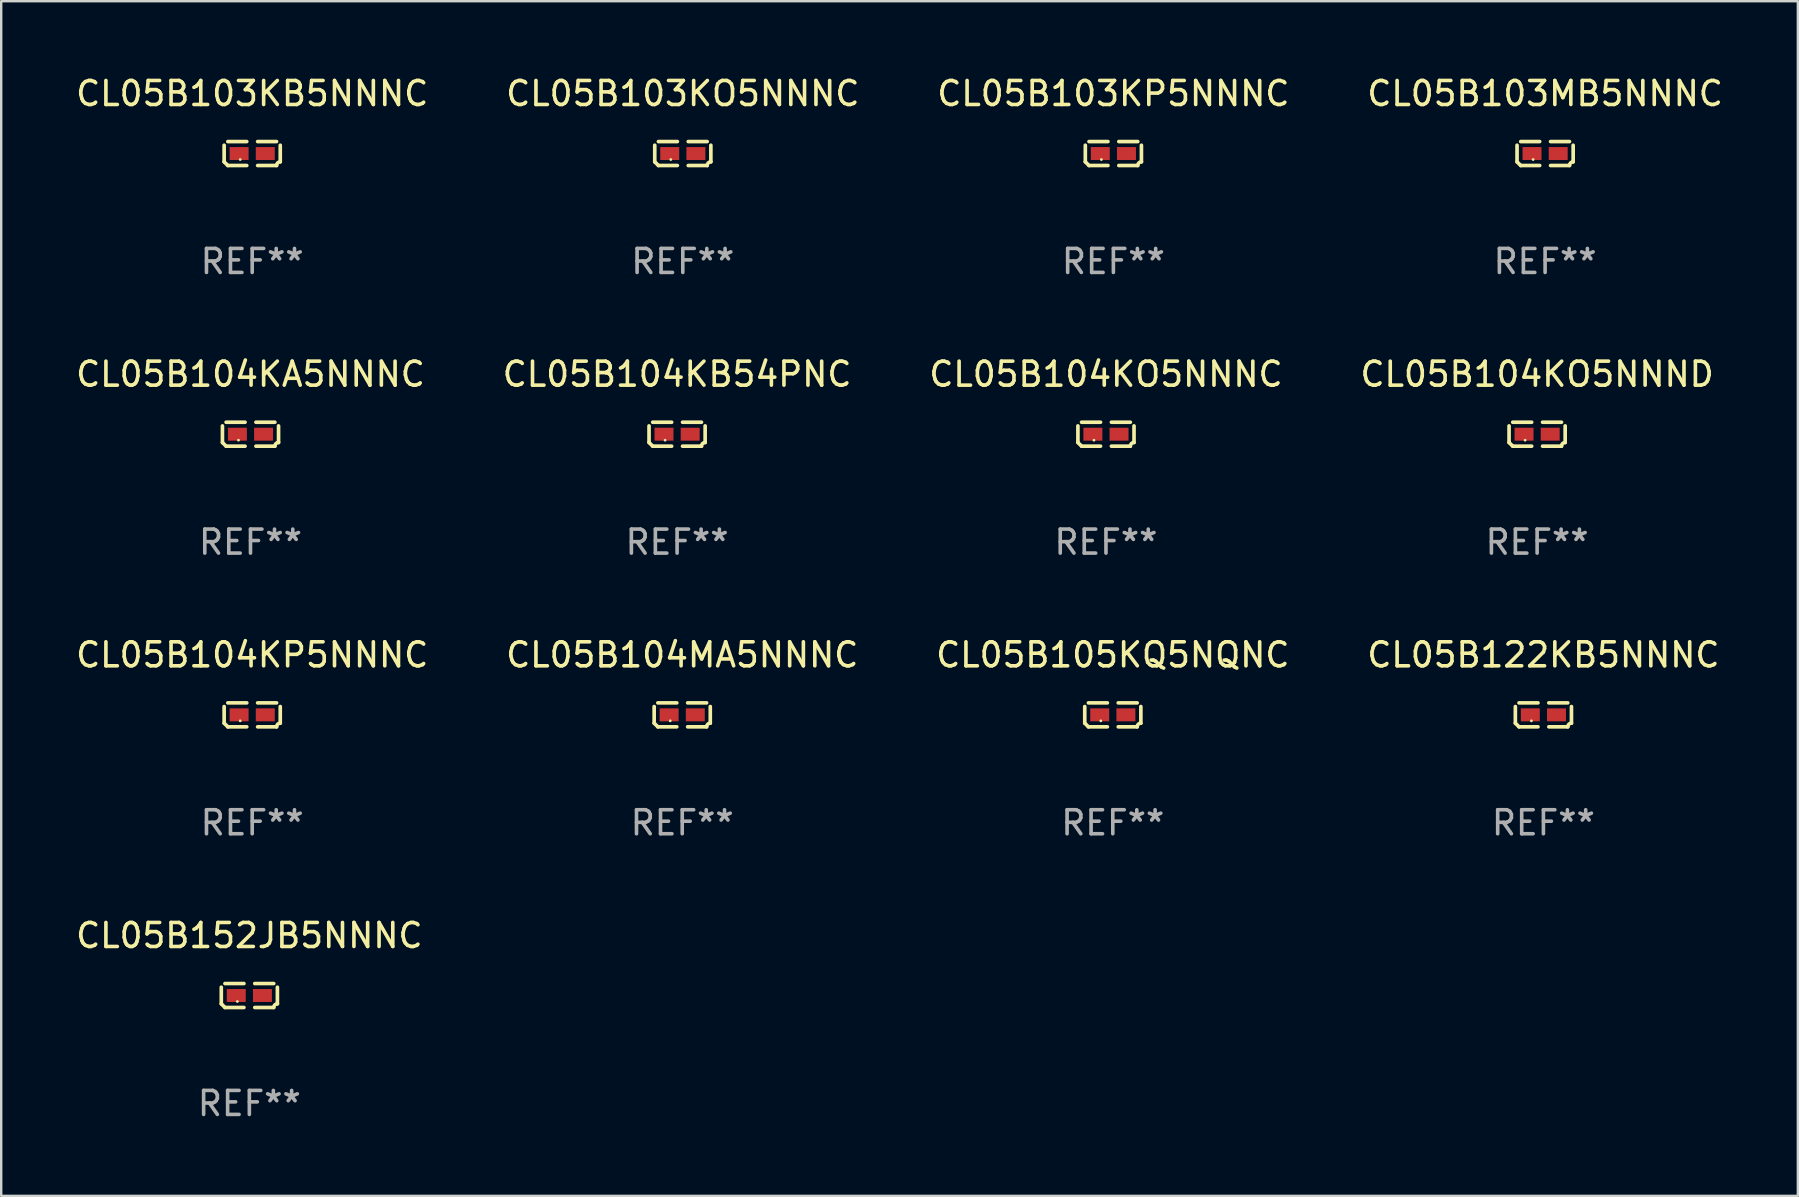
<source format=kicad_pcb>
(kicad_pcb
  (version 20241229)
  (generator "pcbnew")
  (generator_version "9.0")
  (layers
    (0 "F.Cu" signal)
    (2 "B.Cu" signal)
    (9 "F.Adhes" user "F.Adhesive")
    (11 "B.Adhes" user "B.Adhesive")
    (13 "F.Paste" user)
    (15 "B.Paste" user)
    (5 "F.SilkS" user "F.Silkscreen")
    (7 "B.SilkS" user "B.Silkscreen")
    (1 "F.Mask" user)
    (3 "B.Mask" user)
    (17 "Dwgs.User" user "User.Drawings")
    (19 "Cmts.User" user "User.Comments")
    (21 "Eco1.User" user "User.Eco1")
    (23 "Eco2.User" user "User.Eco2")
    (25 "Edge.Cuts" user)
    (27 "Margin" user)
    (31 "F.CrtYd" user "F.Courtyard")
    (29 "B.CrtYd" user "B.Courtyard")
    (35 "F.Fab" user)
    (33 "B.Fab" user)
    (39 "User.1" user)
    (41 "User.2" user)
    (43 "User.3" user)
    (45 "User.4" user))
  (footprint "CL05B104KO5NNNC"
    (layer "F.Cu")
    (at 43.03 15.041)
    (property "Reference" "CL05B104KO5NNNC" (at 0 -2.499 0) (layer "F.SilkS") (effects (font (size 1 1) (thickness 0.15))))
    (attr through_hole)
    (fp_line (start -1.169 0.346) (end -1.169 -0.346) (stroke (width 0.152) (type solid)) (layer "F.SilkS"))
    (fp_line (start -1.016 -0.499) (end -0.226 -0.499) (stroke (width 0.152) (type solid)) (layer "F.SilkS"))
    (fp_line (start -0.226 0.499) (end -1.016 0.499) (stroke (width 0.152) (type solid)) (layer "F.SilkS"))
    (fp_line (start 0.226 0.499) (end 1.016 0.499) (stroke (width 0.152) (type solid)) (layer "F.SilkS"))
    (fp_line (start 1.016 -0.499) (end 0.226 -0.499) (stroke (width 0.152) (type solid)) (layer "F.SilkS"))
    (fp_line (start 1.169 0.346) (end 1.169 -0.346) (stroke (width 0.152) (type solid)) (layer "F.SilkS"))
    (fp_arc (start -1.016307 0.498603) (mid -1.092512 0.422405) (end -1.16871 0.3462) (stroke (width 0.1524) (type solid)) (layer "F.SilkS"))
    (fp_arc (start 1.016307 0.498603) (mid 1.060899 0.390758) (end 1.168707 0.346076) (stroke (width 0.1524) (type solid)) (layer "F.SilkS"))
    (fp_circle (center -0.5 0.25) (end -0.47 0.25) (stroke (width 0.06) (type solid)) (fill no) (layer "F.SilkS"))
    (fp_text user "REF**" (at 0 4.499 0) (layer "F.Fab") (effects (font (size 1 1) (thickness 0.15))))
    (pad "1" smd rect (at -0.545 0) (size 0.79 0.54) (layers "F.Cu" "F.Mask" "F.Paste"))
    (pad "2" smd rect (at 0.545 0) (size 0.79 0.54) (layers "F.Cu" "F.Mask" "F.Paste")))
  (footprint "CL05B105KQ5NQNC"
    (layer "F.Cu")
    (at 43.315 26.734)
    (property "Reference" "CL05B105KQ5NQNC" (at 0 -2.499 0) (layer "F.SilkS") (effects (font (size 1 1) (thickness 0.15))))
    (attr through_hole)
    (fp_line (start -1.169 0.346) (end -1.169 -0.346) (stroke (width 0.152) (type solid)) (layer "F.SilkS"))
    (fp_line (start -1.016 -0.499) (end -0.226 -0.499) (stroke (width 0.152) (type solid)) (layer "F.SilkS"))
    (fp_line (start -0.226 0.499) (end -1.016 0.499) (stroke (width 0.152) (type solid)) (layer "F.SilkS"))
    (fp_line (start 0.226 0.499) (end 1.016 0.499) (stroke (width 0.152) (type solid)) (layer "F.SilkS"))
    (fp_line (start 1.016 -0.499) (end 0.226 -0.499) (stroke (width 0.152) (type solid)) (layer "F.SilkS"))
    (fp_line (start 1.169 0.346) (end 1.169 -0.346) (stroke (width 0.152) (type solid)) (layer "F.SilkS"))
    (fp_arc (start -1.016307 0.498603) (mid -1.092512 0.422405) (end -1.16871 0.3462) (stroke (width 0.1524) (type solid)) (layer "F.SilkS"))
    (fp_arc (start 1.016307 0.498603) (mid 1.060899 0.390758) (end 1.168707 0.346076) (stroke (width 0.1524) (type solid)) (layer "F.SilkS"))
    (fp_circle (center -0.5 0.25) (end -0.47 0.25) (stroke (width 0.06) (type solid)) (fill no) (layer "F.SilkS"))
    (fp_text user "REF**" (at 0 4.499 0) (layer "F.Fab") (effects (font (size 1 1) (thickness 0.15))))
    (pad "1" smd rect (at -0.545 0) (size 0.79 0.54) (layers "F.Cu" "F.Mask" "F.Paste"))
    (pad "2" smd rect (at 0.545 0) (size 0.79 0.54) (layers "F.Cu" "F.Mask" "F.Paste")))
  (footprint "CL05B104MA5NNNC"
    (layer "F.Cu")
    (at 25.375 26.734)
    (property "Reference" "CL05B104MA5NNNC" (at 0 -2.499 0) (layer "F.SilkS") (effects (font (size 1 1) (thickness 0.15))))
    (attr through_hole)
    (fp_line (start -1.169 0.346) (end -1.169 -0.346) (stroke (width 0.152) (type solid)) (layer "F.SilkS"))
    (fp_line (start -1.016 -0.499) (end -0.226 -0.499) (stroke (width 0.152) (type solid)) (layer "F.SilkS"))
    (fp_line (start -0.226 0.499) (end -1.016 0.499) (stroke (width 0.152) (type solid)) (layer "F.SilkS"))
    (fp_line (start 0.226 0.499) (end 1.016 0.499) (stroke (width 0.152) (type solid)) (layer "F.SilkS"))
    (fp_line (start 1.016 -0.499) (end 0.226 -0.499) (stroke (width 0.152) (type solid)) (layer "F.SilkS"))
    (fp_line (start 1.169 0.346) (end 1.169 -0.346) (stroke (width 0.152) (type solid)) (layer "F.SilkS"))
    (fp_arc (start -1.016307 0.498603) (mid -1.092512 0.422405) (end -1.16871 0.3462) (stroke (width 0.1524) (type solid)) (layer "F.SilkS"))
    (fp_arc (start 1.016307 0.498603) (mid 1.060899 0.390758) (end 1.168707 0.346076) (stroke (width 0.1524) (type solid)) (layer "F.SilkS"))
    (fp_circle (center -0.5 0.25) (end -0.47 0.25) (stroke (width 0.06) (type solid)) (fill no) (layer "F.SilkS"))
    (fp_text user "REF**" (at 0 4.499 0) (layer "F.Fab") (effects (font (size 1 1) (thickness 0.15))))
    (pad "1" smd rect (at -0.545 0) (size 0.79 0.54) (layers "F.Cu" "F.Mask" "F.Paste"))
    (pad "2" smd rect (at 0.545 0) (size 0.79 0.54) (layers "F.Cu" "F.Mask" "F.Paste")))
  (footprint "CL05B104KP5NNNC"
    (layer "F.Cu")
    (at 7.458 26.734)
    (property "Reference" "CL05B104KP5NNNC" (at 0 -2.499 0) (layer "F.SilkS") (effects (font (size 1 1) (thickness 0.15))))
    (attr through_hole)
    (fp_line (start -1.169 0.346) (end -1.169 -0.346) (stroke (width 0.152) (type solid)) (layer "F.SilkS"))
    (fp_line (start -1.016 -0.499) (end -0.226 -0.499) (stroke (width 0.152) (type solid)) (layer "F.SilkS"))
    (fp_line (start -0.226 0.499) (end -1.016 0.499) (stroke (width 0.152) (type solid)) (layer "F.SilkS"))
    (fp_line (start 0.226 0.499) (end 1.016 0.499) (stroke (width 0.152) (type solid)) (layer "F.SilkS"))
    (fp_line (start 1.016 -0.499) (end 0.226 -0.499) (stroke (width 0.152) (type solid)) (layer "F.SilkS"))
    (fp_line (start 1.169 0.346) (end 1.169 -0.346) (stroke (width 0.152) (type solid)) (layer "F.SilkS"))
    (fp_arc (start -1.016307 0.498603) (mid -1.092512 0.422405) (end -1.16871 0.3462) (stroke (width 0.1524) (type solid)) (layer "F.SilkS"))
    (fp_arc (start 1.016307 0.498603) (mid 1.060899 0.390758) (end 1.168707 0.346076) (stroke (width 0.1524) (type solid)) (layer "F.SilkS"))
    (fp_circle (center -0.5 0.25) (end -0.47 0.25) (stroke (width 0.06) (type solid)) (fill no) (layer "F.SilkS"))
    (fp_text user "REF**" (at 0 4.499 0) (layer "F.Fab") (effects (font (size 1 1) (thickness 0.15))))
    (pad "1" smd rect (at -0.545 0) (size 0.79 0.54) (layers "F.Cu" "F.Mask" "F.Paste"))
    (pad "2" smd rect (at 0.545 0) (size 0.79 0.54) (layers "F.Cu" "F.Mask" "F.Paste")))
  (footprint "CL05B152JB5NNNC"
    (layer "F.Cu")
    (at 7.339 38.428)
    (property "Reference" "CL05B152JB5NNNC" (at 0 -2.499 0) (layer "F.SilkS") (effects (font (size 1 1) (thickness 0.15))))
    (attr through_hole)
    (fp_line (start -1.169 0.346) (end -1.169 -0.346) (stroke (width 0.152) (type solid)) (layer "F.SilkS"))
    (fp_line (start -1.016 -0.499) (end -0.226 -0.499) (stroke (width 0.152) (type solid)) (layer "F.SilkS"))
    (fp_line (start -0.226 0.499) (end -1.016 0.499) (stroke (width 0.152) (type solid)) (layer "F.SilkS"))
    (fp_line (start 0.226 0.499) (end 1.016 0.499) (stroke (width 0.152) (type solid)) (layer "F.SilkS"))
    (fp_line (start 1.016 -0.499) (end 0.226 -0.499) (stroke (width 0.152) (type solid)) (layer "F.SilkS"))
    (fp_line (start 1.169 0.346) (end 1.169 -0.346) (stroke (width 0.152) (type solid)) (layer "F.SilkS"))
    (fp_arc (start -1.016307 0.498603) (mid -1.092512 0.422405) (end -1.16871 0.3462) (stroke (width 0.1524) (type solid)) (layer "F.SilkS"))
    (fp_arc (start 1.016307 0.498603) (mid 1.060899 0.390758) (end 1.168707 0.346076) (stroke (width 0.1524) (type solid)) (layer "F.SilkS"))
    (fp_circle (center -0.5 0.25) (end -0.47 0.25) (stroke (width 0.06) (type solid)) (fill no) (layer "F.SilkS"))
    (fp_text user "REF**" (at 0 4.499 0) (layer "F.Fab") (effects (font (size 1 1) (thickness 0.15))))
    (pad "1" smd rect (at -0.545 0) (size 0.79 0.54) (layers "F.Cu" "F.Mask" "F.Paste"))
    (pad "2" smd rect (at 0.545 0) (size 0.79 0.54) (layers "F.Cu" "F.Mask" "F.Paste")))
  (footprint "CL05B122KB5NNNC"
    (layer "F.Cu")
    (at 61.256 26.734)
    (property "Reference" "CL05B122KB5NNNC" (at 0 -2.499 0) (layer "F.SilkS") (effects (font (size 1 1) (thickness 0.15))))
    (attr through_hole)
    (fp_line (start -1.169 0.346) (end -1.169 -0.346) (stroke (width 0.152) (type solid)) (layer "F.SilkS"))
    (fp_line (start -1.016 -0.499) (end -0.226 -0.499) (stroke (width 0.152) (type solid)) (layer "F.SilkS"))
    (fp_line (start -0.226 0.499) (end -1.016 0.499) (stroke (width 0.152) (type solid)) (layer "F.SilkS"))
    (fp_line (start 0.226 0.499) (end 1.016 0.499) (stroke (width 0.152) (type solid)) (layer "F.SilkS"))
    (fp_line (start 1.016 -0.499) (end 0.226 -0.499) (stroke (width 0.152) (type solid)) (layer "F.SilkS"))
    (fp_line (start 1.169 0.346) (end 1.169 -0.346) (stroke (width 0.152) (type solid)) (layer "F.SilkS"))
    (fp_arc (start -1.016307 0.498603) (mid -1.092512 0.422405) (end -1.16871 0.3462) (stroke (width 0.1524) (type solid)) (layer "F.SilkS"))
    (fp_arc (start 1.016307 0.498603) (mid 1.060899 0.390758) (end 1.168707 0.346076) (stroke (width 0.1524) (type solid)) (layer "F.SilkS"))
    (fp_circle (center -0.5 0.25) (end -0.47 0.25) (stroke (width 0.06) (type solid)) (fill no) (layer "F.SilkS"))
    (fp_text user "REF**" (at 0 4.499 0) (layer "F.Fab") (effects (font (size 1 1) (thickness 0.15))))
    (pad "1" smd rect (at -0.545 0) (size 0.79 0.54) (layers "F.Cu" "F.Mask" "F.Paste"))
    (pad "2" smd rect (at 0.545 0) (size 0.79 0.54) (layers "F.Cu" "F.Mask" "F.Paste")))
  (footprint "CL05B103KB5NNNC"
    (layer "F.Cu")
    (at 7.458 3.347)
    (property "Reference" "CL05B103KB5NNNC" (at 0 -2.499 0) (layer "F.SilkS") (effects (font (size 1 1) (thickness 0.15))))
    (attr through_hole)
    (fp_line (start -1.169 0.346) (end -1.169 -0.346) (stroke (width 0.152) (type solid)) (layer "F.SilkS"))
    (fp_line (start -1.016 -0.499) (end -0.226 -0.499) (stroke (width 0.152) (type solid)) (layer "F.SilkS"))
    (fp_line (start -0.226 0.499) (end -1.016 0.499) (stroke (width 0.152) (type solid)) (layer "F.SilkS"))
    (fp_line (start 0.226 0.499) (end 1.016 0.499) (stroke (width 0.152) (type solid)) (layer "F.SilkS"))
    (fp_line (start 1.016 -0.499) (end 0.226 -0.499) (stroke (width 0.152) (type solid)) (layer "F.SilkS"))
    (fp_line (start 1.169 0.346) (end 1.169 -0.346) (stroke (width 0.152) (type solid)) (layer "F.SilkS"))
    (fp_arc (start -1.016307 0.498603) (mid -1.092512 0.422405) (end -1.16871 0.3462) (stroke (width 0.1524) (type solid)) (layer "F.SilkS"))
    (fp_arc (start 1.016307 0.498603) (mid 1.060899 0.390758) (end 1.168707 0.346076) (stroke (width 0.1524) (type solid)) (layer "F.SilkS"))
    (fp_circle (center -0.5 0.25) (end -0.47 0.25) (stroke (width 0.06) (type solid)) (fill no) (layer "F.SilkS"))
    (fp_text user "REF**" (at 0 4.499 0) (layer "F.Fab") (effects (font (size 1 1) (thickness 0.15))))
    (pad "1" smd rect (at -0.545 0) (size 0.79 0.54) (layers "F.Cu" "F.Mask" "F.Paste"))
    (pad "2" smd rect (at 0.545 0) (size 0.79 0.54) (layers "F.Cu" "F.Mask" "F.Paste")))
  (footprint "CL05B103KO5NNNC"
    (layer "F.Cu")
    (at 25.399 3.347)
    (property "Reference" "CL05B103KO5NNNC" (at 0 -2.499 0) (layer "F.SilkS") (effects (font (size 1 1) (thickness 0.15))))
    (attr through_hole)
    (fp_line (start -1.169 0.346) (end -1.169 -0.346) (stroke (width 0.152) (type solid)) (layer "F.SilkS"))
    (fp_line (start -1.016 -0.499) (end -0.226 -0.499) (stroke (width 0.152) (type solid)) (layer "F.SilkS"))
    (fp_line (start -0.226 0.499) (end -1.016 0.499) (stroke (width 0.152) (type solid)) (layer "F.SilkS"))
    (fp_line (start 0.226 0.499) (end 1.016 0.499) (stroke (width 0.152) (type solid)) (layer "F.SilkS"))
    (fp_line (start 1.016 -0.499) (end 0.226 -0.499) (stroke (width 0.152) (type solid)) (layer "F.SilkS"))
    (fp_line (start 1.169 0.346) (end 1.169 -0.346) (stroke (width 0.152) (type solid)) (layer "F.SilkS"))
    (fp_arc (start -1.016307 0.498603) (mid -1.092512 0.422405) (end -1.16871 0.3462) (stroke (width 0.1524) (type solid)) (layer "F.SilkS"))
    (fp_arc (start 1.016307 0.498603) (mid 1.060899 0.390758) (end 1.168707 0.346076) (stroke (width 0.1524) (type solid)) (layer "F.SilkS"))
    (fp_circle (center -0.5 0.25) (end -0.47 0.25) (stroke (width 0.06) (type solid)) (fill no) (layer "F.SilkS"))
    (fp_text user "REF**" (at 0 4.499 0) (layer "F.Fab") (effects (font (size 1 1) (thickness 0.15))))
    (pad "1" smd rect (at -0.545 0) (size 0.79 0.54) (layers "F.Cu" "F.Mask" "F.Paste"))
    (pad "2" smd rect (at 0.545 0) (size 0.79 0.54) (layers "F.Cu" "F.Mask" "F.Paste")))
  (footprint "CL05B103MB5NNNC"
    (layer "F.Cu")
    (at 61.327 3.347)
    (property "Reference" "CL05B103MB5NNNC" (at 0 -2.499 0) (layer "F.SilkS") (effects (font (size 1 1) (thickness 0.15))))
    (attr through_hole)
    (fp_line (start -1.169 0.346) (end -1.169 -0.346) (stroke (width 0.152) (type solid)) (layer "F.SilkS"))
    (fp_line (start -1.016 -0.499) (end -0.226 -0.499) (stroke (width 0.152) (type solid)) (layer "F.SilkS"))
    (fp_line (start -0.226 0.499) (end -1.016 0.499) (stroke (width 0.152) (type solid)) (layer "F.SilkS"))
    (fp_line (start 0.226 0.499) (end 1.016 0.499) (stroke (width 0.152) (type solid)) (layer "F.SilkS"))
    (fp_line (start 1.016 -0.499) (end 0.226 -0.499) (stroke (width 0.152) (type solid)) (layer "F.SilkS"))
    (fp_line (start 1.169 0.346) (end 1.169 -0.346) (stroke (width 0.152) (type solid)) (layer "F.SilkS"))
    (fp_arc (start -1.016307 0.498603) (mid -1.092512 0.422405) (end -1.16871 0.3462) (stroke (width 0.1524) (type solid)) (layer "F.SilkS"))
    (fp_arc (start 1.016307 0.498603) (mid 1.060899 0.390758) (end 1.168707 0.346076) (stroke (width 0.1524) (type solid)) (layer "F.SilkS"))
    (fp_circle (center -0.5 0.25) (end -0.47 0.25) (stroke (width 0.06) (type solid)) (fill no) (layer "F.SilkS"))
    (fp_text user "REF**" (at 0 4.499 0) (layer "F.Fab") (effects (font (size 1 1) (thickness 0.15))))
    (pad "1" smd rect (at -0.545 0) (size 0.79 0.54) (layers "F.Cu" "F.Mask" "F.Paste"))
    (pad "2" smd rect (at 0.545 0) (size 0.79 0.54) (layers "F.Cu" "F.Mask" "F.Paste")))
  (footprint "CL05B104KB54PNC"
    (layer "F.Cu")
    (at 25.161 15.041)
    (property "Reference" "CL05B104KB54PNC" (at 0 -2.499 0) (layer "F.SilkS") (effects (font (size 1 1) (thickness 0.15))))
    (attr through_hole)
    (fp_line (start -1.169 0.346) (end -1.169 -0.346) (stroke (width 0.152) (type solid)) (layer "F.SilkS"))
    (fp_line (start -1.016 -0.499) (end -0.226 -0.499) (stroke (width 0.152) (type solid)) (layer "F.SilkS"))
    (fp_line (start -0.226 0.499) (end -1.016 0.499) (stroke (width 0.152) (type solid)) (layer "F.SilkS"))
    (fp_line (start 0.226 0.499) (end 1.016 0.499) (stroke (width 0.152) (type solid)) (layer "F.SilkS"))
    (fp_line (start 1.016 -0.499) (end 0.226 -0.499) (stroke (width 0.152) (type solid)) (layer "F.SilkS"))
    (fp_line (start 1.169 0.346) (end 1.169 -0.346) (stroke (width 0.152) (type solid)) (layer "F.SilkS"))
    (fp_arc (start -1.016307 0.498603) (mid -1.092512 0.422405) (end -1.16871 0.3462) (stroke (width 0.1524) (type solid)) (layer "F.SilkS"))
    (fp_arc (start 1.016307 0.498603) (mid 1.060899 0.390758) (end 1.168707 0.346076) (stroke (width 0.1524) (type solid)) (layer "F.SilkS"))
    (fp_circle (center -0.5 0.25) (end -0.47 0.25) (stroke (width 0.06) (type solid)) (fill no) (layer "F.SilkS"))
    (fp_text user "REF**" (at 0 4.499 0) (layer "F.Fab") (effects (font (size 1 1) (thickness 0.15))))
    (pad "1" smd rect (at -0.545 0) (size 0.79 0.54) (layers "F.Cu" "F.Mask" "F.Paste"))
    (pad "2" smd rect (at 0.545 0) (size 0.79 0.54) (layers "F.Cu" "F.Mask" "F.Paste")))
  (footprint "CL05B103KP5NNNC"
    (layer "F.Cu")
    (at 43.339 3.347)
    (property "Reference" "CL05B103KP5NNNC" (at 0 -2.499 0) (layer "F.SilkS") (effects (font (size 1 1) (thickness 0.15))))
    (attr through_hole)
    (fp_line (start -1.169 0.346) (end -1.169 -0.346) (stroke (width 0.152) (type solid)) (layer "F.SilkS"))
    (fp_line (start -1.016 -0.499) (end -0.226 -0.499) (stroke (width 0.152) (type solid)) (layer "F.SilkS"))
    (fp_line (start -0.226 0.499) (end -1.016 0.499) (stroke (width 0.152) (type solid)) (layer "F.SilkS"))
    (fp_line (start 0.226 0.499) (end 1.016 0.499) (stroke (width 0.152) (type solid)) (layer "F.SilkS"))
    (fp_line (start 1.016 -0.499) (end 0.226 -0.499) (stroke (width 0.152) (type solid)) (layer "F.SilkS"))
    (fp_line (start 1.169 0.346) (end 1.169 -0.346) (stroke (width 0.152) (type solid)) (layer "F.SilkS"))
    (fp_arc (start -1.016307 0.498603) (mid -1.092512 0.422405) (end -1.16871 0.3462) (stroke (width 0.1524) (type solid)) (layer "F.SilkS"))
    (fp_arc (start 1.016307 0.498603) (mid 1.060899 0.390758) (end 1.168707 0.346076) (stroke (width 0.1524) (type solid)) (layer "F.SilkS"))
    (fp_circle (center -0.5 0.25) (end -0.47 0.25) (stroke (width 0.06) (type solid)) (fill no) (layer "F.SilkS"))
    (fp_text user "REF**" (at 0 4.499 0) (layer "F.Fab") (effects (font (size 1 1) (thickness 0.15))))
    (pad "1" smd rect (at -0.545 0) (size 0.79 0.54) (layers "F.Cu" "F.Mask" "F.Paste"))
    (pad "2" smd rect (at 0.545 0) (size 0.79 0.54) (layers "F.Cu" "F.Mask" "F.Paste")))
  (footprint "CL05B104KO5NNND"
    (layer "F.Cu")
    (at 60.994 15.041)
    (property "Reference" "CL05B104KO5NNND" (at 0 -2.499 0) (layer "F.SilkS") (effects (font (size 1 1) (thickness 0.15))))
    (attr through_hole)
    (fp_line (start -1.169 0.346) (end -1.169 -0.346) (stroke (width 0.152) (type solid)) (layer "F.SilkS"))
    (fp_line (start -1.016 -0.499) (end -0.226 -0.499) (stroke (width 0.152) (type solid)) (layer "F.SilkS"))
    (fp_line (start -0.226 0.499) (end -1.016 0.499) (stroke (width 0.152) (type solid)) (layer "F.SilkS"))
    (fp_line (start 0.226 0.499) (end 1.016 0.499) (stroke (width 0.152) (type solid)) (layer "F.SilkS"))
    (fp_line (start 1.016 -0.499) (end 0.226 -0.499) (stroke (width 0.152) (type solid)) (layer "F.SilkS"))
    (fp_line (start 1.169 0.346) (end 1.169 -0.346) (stroke (width 0.152) (type solid)) (layer "F.SilkS"))
    (fp_arc (start -1.016307 0.498603) (mid -1.092512 0.422405) (end -1.16871 0.3462) (stroke (width 0.1524) (type solid)) (layer "F.SilkS"))
    (fp_arc (start 1.016307 0.498603) (mid 1.060899 0.390758) (end 1.168707 0.346076) (stroke (width 0.1524) (type solid)) (layer "F.SilkS"))
    (fp_circle (center -0.5 0.25) (end -0.47 0.25) (stroke (width 0.06) (type solid)) (fill no) (layer "F.SilkS"))
    (fp_text user "REF**" (at 0 4.499 0) (layer "F.Fab") (effects (font (size 1 1) (thickness 0.15))))
    (pad "1" smd rect (at -0.545 0) (size 0.79 0.54) (layers "F.Cu" "F.Mask" "F.Paste"))
    (pad "2" smd rect (at 0.545 0) (size 0.79 0.54) (layers "F.Cu" "F.Mask" "F.Paste")))
  (footprint "CL05B104KA5NNNC"
    (layer "F.Cu")
    (at 7.387 15.041)
    (property "Reference" "CL05B104KA5NNNC" (at 0 -2.499 0) (layer "F.SilkS") (effects (font (size 1 1) (thickness 0.15))))
    (attr through_hole)
    (fp_line (start -1.169 0.346) (end -1.169 -0.346) (stroke (width 0.152) (type solid)) (layer "F.SilkS"))
    (fp_line (start -1.016 -0.499) (end -0.226 -0.499) (stroke (width 0.152) (type solid)) (layer "F.SilkS"))
    (fp_line (start -0.226 0.499) (end -1.016 0.499) (stroke (width 0.152) (type solid)) (layer "F.SilkS"))
    (fp_line (start 0.226 0.499) (end 1.016 0.499) (stroke (width 0.152) (type solid)) (layer "F.SilkS"))
    (fp_line (start 1.016 -0.499) (end 0.226 -0.499) (stroke (width 0.152) (type solid)) (layer "F.SilkS"))
    (fp_line (start 1.169 0.346) (end 1.169 -0.346) (stroke (width 0.152) (type solid)) (layer "F.SilkS"))
    (fp_arc (start -1.016307 0.498603) (mid -1.092512 0.422405) (end -1.16871 0.3462) (stroke (width 0.1524) (type solid)) (layer "F.SilkS"))
    (fp_arc (start 1.016307 0.498603) (mid 1.060899 0.390758) (end 1.168707 0.346076) (stroke (width 0.1524) (type solid)) (layer "F.SilkS"))
    (fp_circle (center -0.5 0.25) (end -0.47 0.25) (stroke (width 0.06) (type solid)) (fill no) (layer "F.SilkS"))
    (fp_text user "REF**" (at 0 4.499 0) (layer "F.Fab") (effects (font (size 1 1) (thickness 0.15))))
    (pad "1" smd rect (at -0.545 0) (size 0.79 0.54) (layers "F.Cu" "F.Mask" "F.Paste"))
    (pad "2" smd rect (at 0.545 0) (size 0.79 0.54) (layers "F.Cu" "F.Mask" "F.Paste")))
  (gr_rect
    (start -3 -3)
    (end 71.857 46.775)
    (stroke (width 0.1) (type default))
    (fill no)
    (layer "Edge.Cuts")))
</source>
